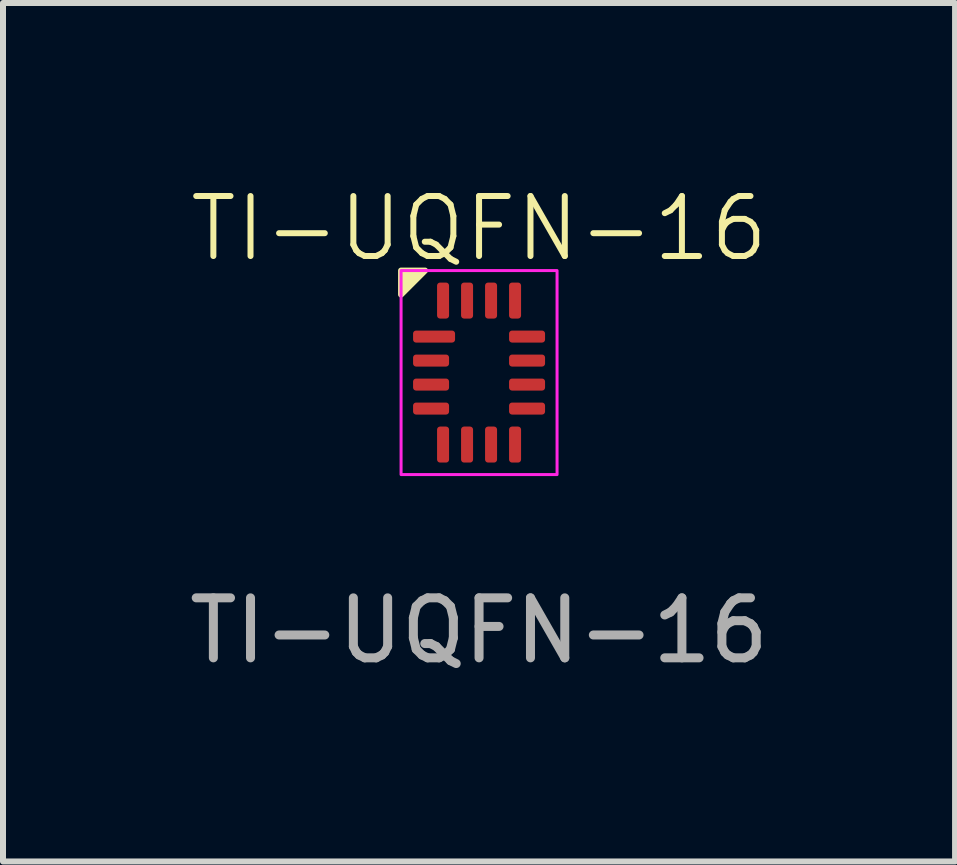
<source format=kicad_pcb>
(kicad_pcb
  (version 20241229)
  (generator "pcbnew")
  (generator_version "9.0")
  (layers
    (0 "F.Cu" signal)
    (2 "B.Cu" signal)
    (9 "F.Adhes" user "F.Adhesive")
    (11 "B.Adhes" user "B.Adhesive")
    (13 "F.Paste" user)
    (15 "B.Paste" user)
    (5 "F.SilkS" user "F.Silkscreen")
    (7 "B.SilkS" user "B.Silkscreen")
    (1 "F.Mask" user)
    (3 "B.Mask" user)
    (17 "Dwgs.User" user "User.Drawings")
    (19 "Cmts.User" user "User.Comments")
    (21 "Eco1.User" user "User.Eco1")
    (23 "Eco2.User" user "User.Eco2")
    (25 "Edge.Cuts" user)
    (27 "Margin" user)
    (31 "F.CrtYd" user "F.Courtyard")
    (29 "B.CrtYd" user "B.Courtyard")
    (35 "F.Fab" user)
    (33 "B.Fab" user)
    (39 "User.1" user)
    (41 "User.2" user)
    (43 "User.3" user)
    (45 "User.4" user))
  (footprint "TI-UQFN-16"
    (layer "F.Cu")
    (at 4.935 3.16)
    (property "Reference" "TI-UQFN-16" (at 0 -2.4 0) (unlocked yes) (layer "F.SilkS") (effects (font (size 1 1) (thickness 0.1))))
    (attr smd)
    (fp_poly (pts (xy -1.3 -1.7) (xy -0.9 -1.7) (xy -1.3 -1.3)) (stroke (width 0.1) (type solid)) (fill yes) (layer "F.SilkS"))
    (fp_rect (start -1.3 -1.7) (end 1.3 1.7) (stroke (width 0.05) (type default)) (fill no) (layer "F.CrtYd"))
    (fp_text user "${REFERENCE}" (at 0 4.3 0) (unlocked yes) (layer "F.Fab") (effects (font (size 1 1) (thickness 0.15))))
    (pad "1" smd roundrect (at -0.75 -0.6) (size 0.7 0.2) (layers "F.Cu" "F.Mask" "F.Paste") (roundrect_rratio 0.25))
    (pad "2" smd roundrect (at -0.8 -0.2) (size 0.6 0.2) (layers "F.Cu" "F.Mask" "F.Paste") (roundrect_rratio 0.25))
    (pad "3" smd roundrect (at -0.8 0.2) (size 0.6 0.2) (layers "F.Cu" "F.Mask" "F.Paste") (roundrect_rratio 0.25))
    (pad "4" smd roundrect (at -0.8 0.6) (size 0.6 0.2) (layers "F.Cu" "F.Mask" "F.Paste") (roundrect_rratio 0.25))
    (pad "5" smd roundrect (at -0.6 1.2 90) (size 0.6 0.2) (layers "F.Cu" "F.Mask" "F.Paste") (roundrect_rratio 0.25))
    (pad "6" smd roundrect (at -0.2 1.2 90) (size 0.6 0.2) (layers "F.Cu" "F.Mask" "F.Paste") (roundrect_rratio 0.25))
    (pad "7" smd roundrect (at 0.2 1.2 90) (size 0.6 0.2) (layers "F.Cu" "F.Mask" "F.Paste") (roundrect_rratio 0.25))
    (pad "8" smd roundrect (at 0.6 1.2 90) (size 0.6 0.2) (layers "F.Cu" "F.Mask" "F.Paste") (roundrect_rratio 0.25))
    (pad "9" smd roundrect (at 0.8 0.6 180) (size 0.6 0.2) (layers "F.Cu" "F.Mask" "F.Paste") (roundrect_rratio 0.25))
    (pad "10" smd roundrect (at 0.8 0.2 180) (size 0.6 0.2) (layers "F.Cu" "F.Mask" "F.Paste") (roundrect_rratio 0.25))
    (pad "11" smd roundrect (at 0.8 -0.2 180) (size 0.6 0.2) (layers "F.Cu" "F.Mask" "F.Paste") (roundrect_rratio 0.25))
    (pad "12" smd roundrect (at 0.8 -0.6 180) (size 0.6 0.2) (layers "F.Cu" "F.Mask" "F.Paste") (roundrect_rratio 0.25))
    (pad "13" smd roundrect (at 0.6 -1.2 270) (size 0.6 0.2) (layers "F.Cu" "F.Mask" "F.Paste") (roundrect_rratio 0.25))
    (pad "14" smd roundrect (at 0.2 -1.2 270) (size 0.6 0.2) (layers "F.Cu" "F.Mask" "F.Paste") (roundrect_rratio 0.25))
    (pad "15" smd roundrect (at -0.2 -1.2 270) (size 0.6 0.2) (layers "F.Cu" "F.Mask" "F.Paste") (roundrect_rratio 0.25))
    (pad "16" smd roundrect (at -0.6 -1.2 270) (size 0.6 0.2) (layers "F.Cu" "F.Mask" "F.Paste") (roundrect_rratio 0.25)))
  (gr_rect
    (start -3 -3)
    (end 12.869 11.309)
    (stroke (width 0.1) (type default))
    (fill no)
    (layer "Edge.Cuts")))
</source>
